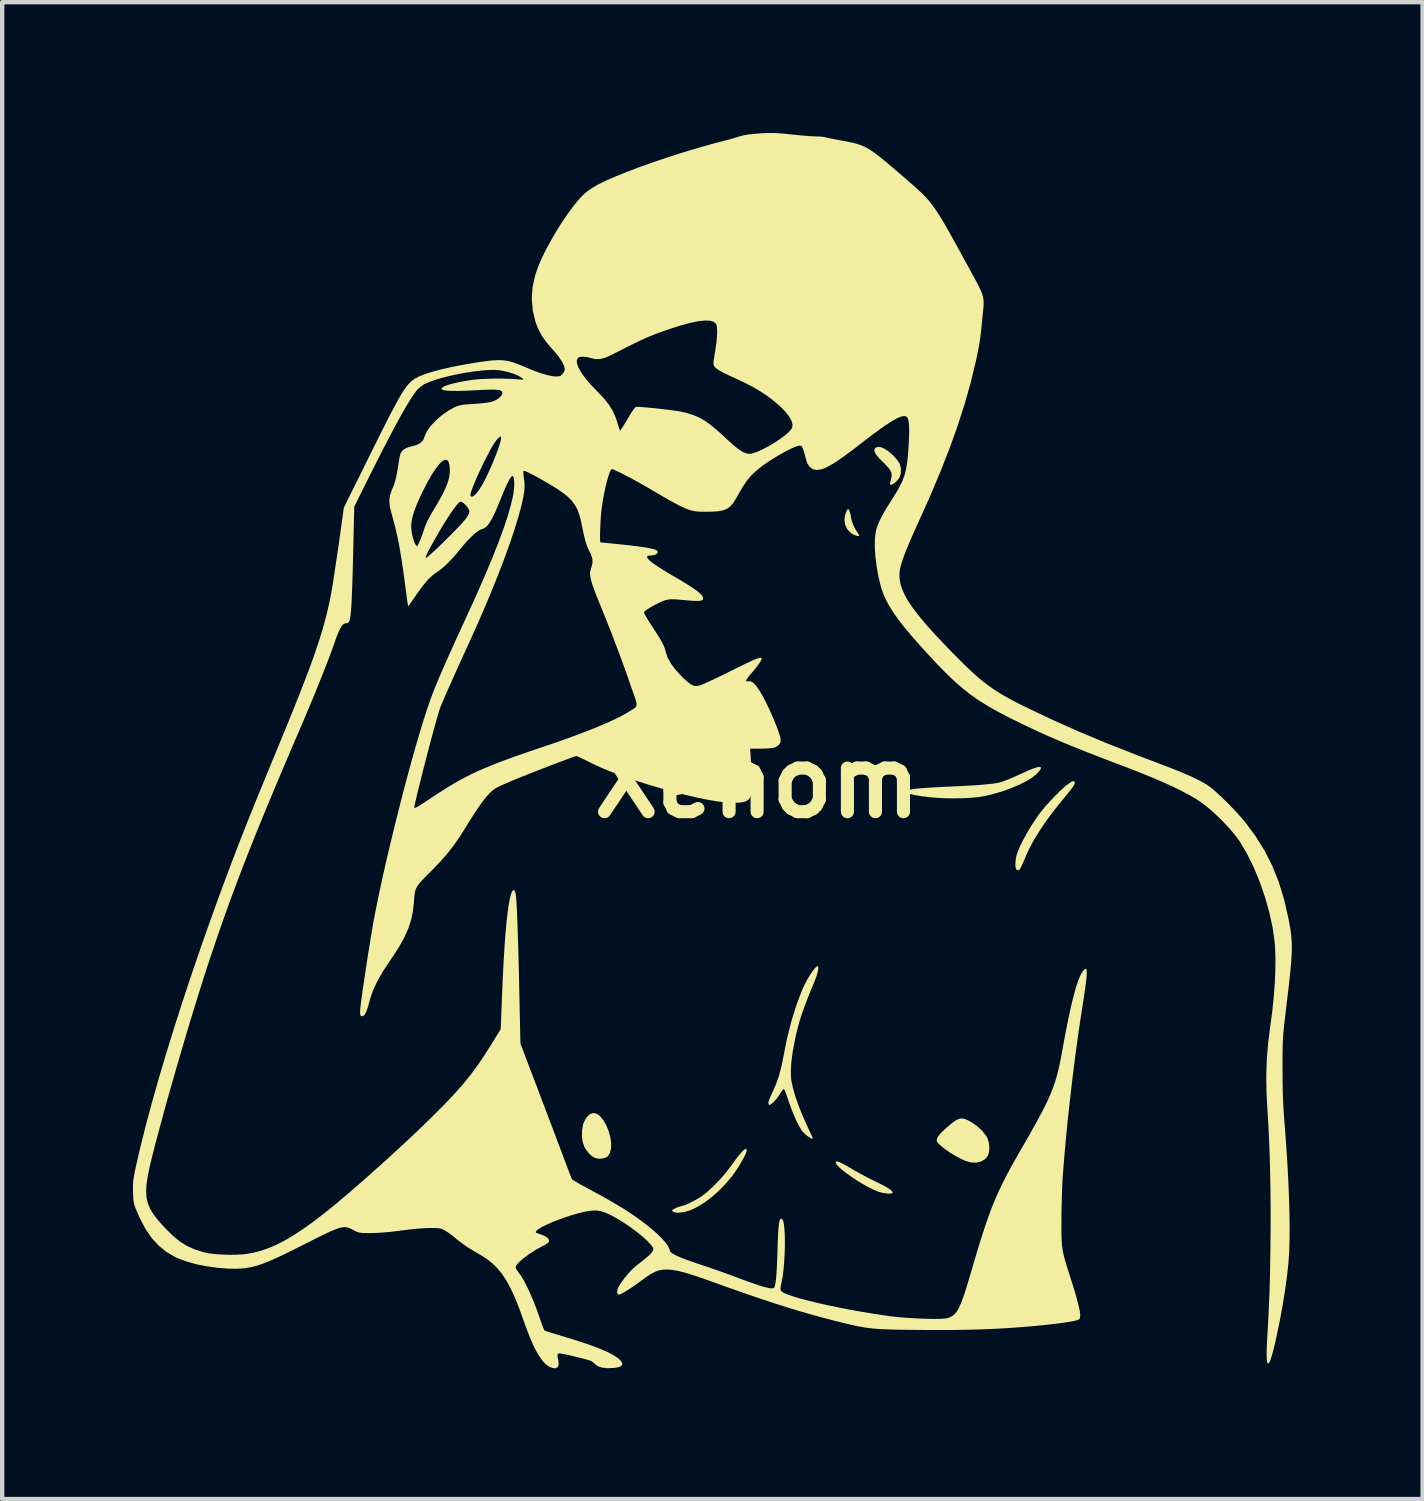
<source format=kicad_pcb>
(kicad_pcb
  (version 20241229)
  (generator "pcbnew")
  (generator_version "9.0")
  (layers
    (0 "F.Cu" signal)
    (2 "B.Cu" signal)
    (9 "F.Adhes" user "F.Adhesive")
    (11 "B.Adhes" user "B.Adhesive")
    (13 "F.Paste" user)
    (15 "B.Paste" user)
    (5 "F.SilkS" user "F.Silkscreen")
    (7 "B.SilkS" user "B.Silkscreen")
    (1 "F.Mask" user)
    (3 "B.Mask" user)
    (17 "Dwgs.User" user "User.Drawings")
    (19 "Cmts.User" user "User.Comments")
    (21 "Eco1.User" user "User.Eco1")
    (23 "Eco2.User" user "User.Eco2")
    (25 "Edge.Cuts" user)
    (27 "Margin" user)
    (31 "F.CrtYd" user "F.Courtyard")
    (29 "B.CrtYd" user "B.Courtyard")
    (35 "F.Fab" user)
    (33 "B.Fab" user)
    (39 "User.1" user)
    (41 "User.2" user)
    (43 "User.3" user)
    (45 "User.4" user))
  (footprint "Xenom"
    (layer "F.Cu")
    (at 14.317 14.89)
    (property "Reference" "Xenom" (at 0 0 0) (layer "F.SilkS") (effects (font (size 1.5 1.5) (thickness 0.3))))
    (attr board_only exclude_from_pos_files exclude_from_bom)
    (fp_poly (pts (xy 2.106 -6.246) (xy 2.124 -6.202) (xy 2.141 -6.146) (xy 2.151 -6.094) (xy 2.152 -6.078) (xy 2.162 -6.026) (xy 2.186 -5.952) (xy 2.22 -5.87) (xy 2.257 -5.795) (xy 2.29 -5.742) (xy 2.323 -5.695) (xy 2.342 -5.664) (xy 2.344 -5.659) (xy 2.327 -5.645) (xy 2.285 -5.649) (xy 2.23 -5.668) (xy 2.172 -5.699) (xy 2.159 -5.708) (xy 2.07 -5.797) (xy 2.018 -5.906) (xy 2.003 -6.017) (xy 2.01 -6.083) (xy 2.027 -6.154) (xy 2.051 -6.215) (xy 2.076 -6.256) (xy 2.091 -6.265)) (stroke (width 0) (type solid)) (fill yes) (layer "F.SilkS"))
    (fp_poly (pts (xy -3.684 7.605) (xy -3.605 7.66) (xy -3.527 7.756) (xy -3.465 7.864) (xy -3.405 8.008) (xy -3.366 8.15) (xy -3.348 8.286) (xy -3.352 8.407) (xy -3.377 8.508) (xy -3.424 8.582) (xy -3.453 8.604) (xy -3.526 8.631) (xy -3.616 8.64) (xy -3.702 8.628) (xy -3.702 8.628) (xy -3.783 8.586) (xy -3.864 8.511) (xy -3.936 8.414) (xy -3.966 8.361) (xy -4.002 8.251) (xy -4.019 8.119) (xy -4.015 7.982) (xy -3.992 7.855) (xy -3.97 7.794) (xy -3.906 7.684) (xy -3.836 7.617) (xy -3.761 7.59)) (stroke (width 0) (type solid)) (fill yes) (layer "F.SilkS"))
    (fp_poly (pts (xy 1.872 8.712) (xy 1.936 8.739) (xy 2.026 8.787) (xy 2.146 8.856) (xy 2.193 8.885) (xy 2.296 8.944) (xy 2.423 9.013) (xy 2.559 9.085) (xy 2.689 9.15) (xy 2.713 9.161) (xy 2.863 9.235) (xy 2.974 9.296) (xy 3.051 9.346) (xy 3.096 9.386) (xy 3.111 9.418) (xy 3.111 9.419) (xy 3.092 9.434) (xy 3.042 9.44) (xy 2.972 9.436) (xy 2.891 9.424) (xy 2.81 9.405) (xy 2.759 9.388) (xy 2.648 9.339) (xy 2.527 9.278) (xy 2.402 9.207) (xy 2.277 9.13) (xy 2.157 9.05) (xy 2.047 8.971) (xy 1.951 8.896) (xy 1.876 8.829) (xy 1.824 8.773) (xy 1.802 8.731) (xy 1.806 8.712) (xy 1.83 8.703)) (stroke (width 0) (type solid)) (fill yes) (layer "F.SilkS"))
    (fp_poly (pts (xy 2.826 -7.686) (xy 2.912 -7.652) (xy 3.008 -7.591) (xy 3.109 -7.505) (xy 3.126 -7.488) (xy 3.188 -7.421) (xy 3.239 -7.354) (xy 3.271 -7.301) (xy 3.272 -7.299) (xy 3.299 -7.19) (xy 3.296 -7.079) (xy 3.262 -6.982) (xy 3.259 -6.976) (xy 3.216 -6.92) (xy 3.166 -6.872) (xy 3.116 -6.837) (xy 3.075 -6.82) (xy 3.051 -6.826) (xy 3.047 -6.84) (xy 3.052 -6.872) (xy 3.065 -6.928) (xy 3.072 -6.953) (xy 3.086 -7.023) (xy 3.083 -7.084) (xy 3.06 -7.144) (xy 3.013 -7.21) (xy 2.938 -7.29) (xy 2.887 -7.34) (xy 2.79 -7.439) (xy 2.726 -7.518) (xy 2.693 -7.581) (xy 2.69 -7.63) (xy 2.706 -7.661) (xy 2.756 -7.689)) (stroke (width 0) (type solid)) (fill yes) (layer "F.SilkS"))
    (fp_poly (pts (xy 4.752 7.724) (xy 4.827 7.754) (xy 4.898 7.792) (xy 5.037 7.884) (xy 5.157 7.992) (xy 5.248 8.107) (xy 5.28 8.163) (xy 5.313 8.26) (xy 5.327 8.37) (xy 5.322 8.476) (xy 5.297 8.562) (xy 5.296 8.565) (xy 5.23 8.648) (xy 5.138 8.703) (xy 5.027 8.729) (xy 4.902 8.724) (xy 4.773 8.687) (xy 4.767 8.685) (xy 4.654 8.631) (xy 4.536 8.567) (xy 4.421 8.496) (xy 4.316 8.423) (xy 4.227 8.354) (xy 4.161 8.293) (xy 4.125 8.245) (xy 4.121 8.234) (xy 4.123 8.185) (xy 4.153 8.125) (xy 4.213 8.052) (xy 4.307 7.962) (xy 4.351 7.923) (xy 4.461 7.83) (xy 4.548 7.766) (xy 4.621 7.728) (xy 4.686 7.715)) (stroke (width 0) (type solid)) (fill yes) (layer "F.SilkS"))
    (fp_poly (pts (xy -0.24 8.426) (xy -0.238 8.455) (xy -0.256 8.51) (xy -0.295 8.594) (xy -0.318 8.639) (xy -0.431 8.835) (xy -0.563 9.024) (xy -0.71 9.201) (xy -0.867 9.365) (xy -1.03 9.511) (xy -1.197 9.637) (xy -1.362 9.74) (xy -1.521 9.817) (xy -1.671 9.864) (xy -1.808 9.878) (xy -1.884 9.869) (xy -1.938 9.85) (xy -1.95 9.825) (xy -1.92 9.796) (xy -1.848 9.763) (xy -1.844 9.761) (xy -1.776 9.737) (xy -1.724 9.721) (xy -1.703 9.717) (xy -1.664 9.707) (xy -1.598 9.679) (xy -1.516 9.639) (xy -1.426 9.592) (xy -1.34 9.543) (xy -1.276 9.502) (xy -1.156 9.411) (xy -1.024 9.291) (xy -0.886 9.151) (xy -0.751 9) (xy -0.628 8.845) (xy -0.588 8.79) (xy -0.485 8.648) (xy -0.402 8.542) (xy -0.338 8.469) (xy -0.291 8.428) (xy -0.262 8.417)) (stroke (width 0) (type solid)) (fill yes) (layer "F.SilkS"))
    (fp_poly (pts (xy 7.286 -0.003) (xy 7.288 0.013) (xy 7.283 0.037) (xy 7.267 0.071) (xy 7.236 0.119) (xy 7.187 0.184) (xy 7.118 0.271) (xy 7.025 0.384) (xy 6.99 0.426) (xy 6.803 0.66) (xy 6.629 0.895) (xy 6.475 1.124) (xy 6.342 1.342) (xy 6.235 1.542) (xy 6.185 1.651) (xy 6.13 1.782) (xy 6.088 1.878) (xy 6.056 1.945) (xy 6.033 1.988) (xy 6.014 2.013) (xy 5.998 2.023) (xy 5.986 2.024) (xy 5.948 2.007) (xy 5.937 1.991) (xy 5.925 1.923) (xy 5.926 1.832) (xy 5.939 1.731) (xy 5.963 1.639) (xy 6.025 1.486) (xy 6.111 1.311) (xy 6.215 1.124) (xy 6.332 0.935) (xy 6.456 0.753) (xy 6.518 0.671) (xy 6.571 0.606) (xy 6.645 0.521) (xy 6.73 0.427) (xy 6.816 0.336) (xy 6.818 0.334) (xy 6.946 0.206) (xy 7.056 0.106) (xy 7.146 0.034) (xy 7.216 -0.009) (xy 7.263 -0.022)) (stroke (width 0) (type solid)) (fill yes) (layer "F.SilkS"))
    (fp_poly (pts (xy 6.513 -0.334) (xy 6.504 -0.297) (xy 6.459 -0.237) (xy 6.41 -0.186) (xy 6.31 -0.104) (xy 6.174 -0.02) (xy 6.009 0.062) (xy 5.822 0.141) (xy 5.619 0.214) (xy 5.407 0.276) (xy 5.237 0.317) (xy 5.091 0.342) (xy 4.912 0.36) (xy 4.712 0.37) (xy 4.501 0.374) (xy 4.289 0.37) (xy 4.135 0.361) (xy 3.946 0.345) (xy 3.78 0.325) (xy 3.64 0.302) (xy 3.53 0.278) (xy 3.453 0.252) (xy 3.414 0.226) (xy 3.409 0.214) (xy 3.427 0.195) (xy 3.481 0.178) (xy 3.572 0.161) (xy 3.701 0.146) (xy 3.869 0.133) (xy 4.078 0.12) (xy 4.328 0.107) (xy 4.356 0.106) (xy 4.638 0.093) (xy 4.88 0.08) (xy 5.084 0.067) (xy 5.253 0.053) (xy 5.391 0.038) (xy 5.499 0.022) (xy 5.562 0.01) (xy 5.628 -0.011) (xy 5.723 -0.046) (xy 5.836 -0.093) (xy 5.957 -0.146) (xy 6.033 -0.181) (xy 6.198 -0.257) (xy 6.329 -0.31) (xy 6.425 -0.341) (xy 6.487 -0.349)) (stroke (width 0) (type solid)) (fill yes) (layer "F.SilkS"))
    (fp_poly (pts (xy 1.404 4.238) (xy 1.403 4.287) (xy 1.388 4.361) (xy 1.362 4.45) (xy 1.326 4.547) (xy 1.321 4.561) (xy 1.225 4.794) (xy 1.145 4.995) (xy 1.078 5.173) (xy 1.022 5.333) (xy 0.974 5.483) (xy 0.933 5.631) (xy 0.896 5.783) (xy 0.862 5.94) (xy 0.815 6.196) (xy 0.785 6.426) (xy 0.773 6.628) (xy 0.779 6.797) (xy 0.786 6.856) (xy 0.823 7.023) (xy 0.88 7.217) (xy 0.955 7.431) (xy 1.045 7.655) (xy 1.118 7.82) (xy 1.167 7.927) (xy 1.211 8.022) (xy 1.245 8.096) (xy 1.266 8.143) (xy 1.272 8.156) (xy 1.273 8.18) (xy 1.244 8.175) (xy 1.188 8.143) (xy 1.157 8.121) (xy 1.094 8.069) (xy 1.039 8.012) (xy 1.025 7.994) (xy 0.965 7.897) (xy 0.9 7.767) (xy 0.833 7.614) (xy 0.768 7.447) (xy 0.725 7.325) (xy 0.691 7.224) (xy 0.66 7.138) (xy 0.634 7.075) (xy 0.618 7.044) (xy 0.616 7.042) (xy 0.596 7.052) (xy 0.564 7.09) (xy 0.538 7.132) (xy 0.493 7.202) (xy 0.438 7.272) (xy 0.382 7.334) (xy 0.331 7.381) (xy 0.292 7.405) (xy 0.278 7.405) (xy 0.26 7.383) (xy 0.259 7.345) (xy 0.277 7.285) (xy 0.314 7.198) (xy 0.343 7.137) (xy 0.431 6.938) (xy 0.502 6.735) (xy 0.56 6.516) (xy 0.608 6.273) (xy 0.686 5.88) (xy 0.783 5.497) (xy 0.895 5.133) (xy 1.02 4.8) (xy 1.033 4.768) (xy 1.087 4.651) (xy 1.147 4.536) (xy 1.21 4.43) (xy 1.271 4.339) (xy 1.325 4.27) (xy 1.369 4.228) (xy 1.392 4.219)) (stroke (width 0) (type solid)) (fill yes) (layer "F.SilkS"))
    (fp_poly (pts (xy 0.412 -14.888) (xy 0.514 -14.882) (xy 0.634 -14.872) (xy 0.782 -14.857) (xy 0.927 -14.842) (xy 1.05 -14.83) (xy 1.171 -14.82) (xy 1.279 -14.813) (xy 1.358 -14.81) (xy 1.366 -14.81) (xy 1.45 -14.807) (xy 1.525 -14.799) (xy 1.568 -14.79) (xy 1.613 -14.779) (xy 1.69 -14.763) (xy 1.786 -14.744) (xy 1.886 -14.725) (xy 2.025 -14.7) (xy 2.145 -14.676) (xy 2.249 -14.651) (xy 2.343 -14.623) (xy 2.432 -14.589) (xy 2.519 -14.546) (xy 2.609 -14.492) (xy 2.707 -14.424) (xy 2.817 -14.339) (xy 2.944 -14.236) (xy 3.092 -14.111) (xy 3.266 -13.962) (xy 3.348 -13.892) (xy 3.479 -13.778) (xy 3.594 -13.678) (xy 3.695 -13.587) (xy 3.785 -13.502) (xy 3.866 -13.419) (xy 3.941 -13.334) (xy 4.013 -13.244) (xy 4.085 -13.145) (xy 4.159 -13.033) (xy 4.239 -12.905) (xy 4.326 -12.756) (xy 4.424 -12.584) (xy 4.535 -12.384) (xy 4.662 -12.152) (xy 4.748 -11.994) (xy 4.857 -11.797) (xy 4.947 -11.633) (xy 5.021 -11.497) (xy 5.079 -11.385) (xy 5.124 -11.291) (xy 5.157 -11.212) (xy 5.179 -11.142) (xy 5.191 -11.076) (xy 5.196 -11.01) (xy 5.195 -10.939) (xy 5.189 -10.858) (xy 5.179 -10.762) (xy 5.168 -10.647) (xy 5.167 -10.644) (xy 5.149 -10.457) (xy 5.132 -10.301) (xy 5.115 -10.166) (xy 5.095 -10.039) (xy 5.071 -9.911) (xy 5.042 -9.769) (xy 5.016 -9.646) (xy 4.902 -9.175) (xy 4.766 -8.691) (xy 4.606 -8.191) (xy 4.421 -7.673) (xy 4.21 -7.134) (xy 3.973 -6.569) (xy 3.712 -5.988) (xy 3.598 -5.736) (xy 3.503 -5.52) (xy 3.425 -5.334) (xy 3.365 -5.177) (xy 3.319 -5.045) (xy 3.288 -4.934) (xy 3.27 -4.843) (xy 3.265 -4.794) (xy 3.267 -4.678) (xy 3.286 -4.558) (xy 3.324 -4.432) (xy 3.384 -4.298) (xy 3.465 -4.153) (xy 3.571 -3.996) (xy 3.703 -3.823) (xy 3.861 -3.632) (xy 4.049 -3.422) (xy 4.267 -3.189) (xy 4.464 -2.986) (xy 4.661 -2.786) (xy 4.836 -2.615) (xy 4.995 -2.467) (xy 5.145 -2.338) (xy 5.292 -2.224) (xy 5.44 -2.119) (xy 5.597 -2.02) (xy 5.769 -1.922) (xy 5.961 -1.821) (xy 6.168 -1.717) (xy 6.754 -1.438) (xy 7.381 -1.159) (xy 8.048 -0.88) (xy 8.752 -0.603) (xy 9.08 -0.479) (xy 9.348 -0.377) (xy 9.579 -0.287) (xy 9.776 -0.207) (xy 9.944 -0.134) (xy 10.086 -0.067) (xy 10.204 -0.005) (xy 10.305 0.053) (xy 10.374 0.1) (xy 10.454 0.163) (xy 10.555 0.252) (xy 10.67 0.359) (xy 10.792 0.479) (xy 10.914 0.604) (xy 11.029 0.727) (xy 11.131 0.842) (xy 11.193 0.916) (xy 11.436 1.244) (xy 11.644 1.579) (xy 11.82 1.928) (xy 11.967 2.295) (xy 12.087 2.688) (xy 12.177 3.079) (xy 12.204 3.214) (xy 12.226 3.336) (xy 12.243 3.45) (xy 12.255 3.559) (xy 12.263 3.669) (xy 12.266 3.784) (xy 12.264 3.909) (xy 12.256 4.049) (xy 12.244 4.208) (xy 12.227 4.39) (xy 12.204 4.6) (xy 12.176 4.844) (xy 12.142 5.125) (xy 12.141 5.135) (xy 12.117 5.333) (xy 12.098 5.497) (xy 12.083 5.636) (xy 12.072 5.756) (xy 12.063 5.867) (xy 12.058 5.977) (xy 12.055 6.095) (xy 12.053 6.227) (xy 12.052 6.384) (xy 12.052 6.563) (xy 12.053 6.831) (xy 12.057 7.068) (xy 12.064 7.287) (xy 12.075 7.501) (xy 12.09 7.721) (xy 12.099 7.831) (xy 12.133 8.28) (xy 12.161 8.712) (xy 12.184 9.124) (xy 12.2 9.513) (xy 12.211 9.876) (xy 12.215 10.209) (xy 12.213 10.51) (xy 12.205 10.776) (xy 12.19 11.002) (xy 12.19 11.006) (xy 12.157 11.315) (xy 12.111 11.653) (xy 12.053 12.01) (xy 11.986 12.375) (xy 11.91 12.739) (xy 11.881 12.868) (xy 11.837 13.047) (xy 11.799 13.183) (xy 11.766 13.278) (xy 11.738 13.33) (xy 11.716 13.34) (xy 11.7 13.308) (xy 11.69 13.235) (xy 11.687 13.12) (xy 11.69 12.963) (xy 11.699 12.789) (xy 11.714 12.529) (xy 11.727 12.297) (xy 11.737 12.084) (xy 11.746 11.882) (xy 11.754 11.684) (xy 11.76 11.48) (xy 11.765 11.263) (xy 11.769 11.023) (xy 11.774 10.753) (xy 11.775 10.612) (xy 11.779 10.199) (xy 11.779 9.782) (xy 11.775 9.369) (xy 11.768 8.964) (xy 11.758 8.575) (xy 11.744 8.209) (xy 11.728 7.872) (xy 11.709 7.571) (xy 11.709 7.567) (xy 11.685 7.144) (xy 11.679 6.748) (xy 11.691 6.366) (xy 11.722 5.986) (xy 11.771 5.597) (xy 11.773 5.583) (xy 11.816 5.266) (xy 11.849 4.948) (xy 11.873 4.638) (xy 11.887 4.342) (xy 11.89 4.067) (xy 11.883 3.821) (xy 11.871 3.663) (xy 11.823 3.328) (xy 11.747 2.981) (xy 11.647 2.629) (xy 11.527 2.282) (xy 11.389 1.95) (xy 11.236 1.641) (xy 11.072 1.364) (xy 11.066 1.355) (xy 10.969 1.223) (xy 10.846 1.076) (xy 10.704 0.923) (xy 10.553 0.773) (xy 10.401 0.635) (xy 10.256 0.517) (xy 10.199 0.474) (xy 10.063 0.384) (xy 9.906 0.292) (xy 9.725 0.197) (xy 9.519 0.096) (xy 9.284 -0.01) (xy 9.016 -0.123) (xy 8.715 -0.245) (xy 8.376 -0.376) (xy 8.246 -0.425) (xy 7.897 -0.558) (xy 7.582 -0.681) (xy 7.296 -0.795) (xy 7.032 -0.903) (xy 6.785 -1.009) (xy 6.548 -1.113) (xy 6.317 -1.22) (xy 6.084 -1.33) (xy 6.062 -1.341) (xy 5.776 -1.482) (xy 5.523 -1.614) (xy 5.298 -1.742) (xy 5.094 -1.869) (xy 4.904 -2.001) (xy 4.723 -2.143) (xy 4.543 -2.298) (xy 4.359 -2.473) (xy 4.164 -2.671) (xy 3.956 -2.892) (xy 3.735 -3.135) (xy 3.543 -3.353) (xy 3.379 -3.55) (xy 3.24 -3.728) (xy 3.125 -3.892) (xy 3.03 -4.044) (xy 2.953 -4.187) (xy 2.892 -4.326) (xy 2.845 -4.462) (xy 2.836 -4.496) (xy 2.784 -4.709) (xy 2.743 -4.938) (xy 2.714 -5.166) (xy 2.7 -5.377) (xy 2.699 -5.444) (xy 2.702 -5.57) (xy 2.712 -5.682) (xy 2.733 -5.788) (xy 2.766 -5.894) (xy 2.814 -6.007) (xy 2.88 -6.134) (xy 2.965 -6.28) (xy 3.074 -6.453) (xy 3.093 -6.483) (xy 3.192 -6.642) (xy 3.271 -6.78) (xy 3.333 -6.907) (xy 3.379 -7.032) (xy 3.414 -7.164) (xy 3.439 -7.31) (xy 3.458 -7.48) (xy 3.473 -7.683) (xy 3.475 -7.714) (xy 3.485 -7.906) (xy 3.488 -8.061) (xy 3.485 -8.181) (xy 3.476 -8.271) (xy 3.46 -8.335) (xy 3.45 -8.357) (xy 3.42 -8.388) (xy 3.371 -8.397) (xy 3.304 -8.384) (xy 3.216 -8.348) (xy 3.105 -8.287) (xy 2.97 -8.201) (xy 2.808 -8.088) (xy 2.619 -7.949) (xy 2.401 -7.781) (xy 2.397 -7.778) (xy 2.192 -7.62) (xy 2.016 -7.489) (xy 1.865 -7.383) (xy 1.736 -7.3) (xy 1.627 -7.238) (xy 1.533 -7.195) (xy 1.452 -7.17) (xy 1.381 -7.16) (xy 1.367 -7.16) (xy 1.274 -7.179) (xy 1.199 -7.236) (xy 1.146 -7.326) (xy 1.13 -7.375) (xy 1.096 -7.503) (xy 1.069 -7.596) (xy 1.047 -7.658) (xy 1.028 -7.696) (xy 1.014 -7.712) (xy 0.974 -7.719) (xy 0.902 -7.701) (xy 0.8 -7.659) (xy 0.671 -7.595) (xy 0.516 -7.509) (xy 0.511 -7.506) (xy 0.301 -7.378) (xy 0.125 -7.258) (xy -0.02 -7.141) (xy -0.142 -7.024) (xy -0.244 -6.902) (xy -0.332 -6.769) (xy -0.343 -6.75) (xy -0.395 -6.659) (xy -0.45 -6.565) (xy -0.496 -6.486) (xy -0.499 -6.481) (xy -0.558 -6.389) (xy -0.62 -6.319) (xy -0.692 -6.268) (xy -0.781 -6.234) (xy -0.892 -6.213) (xy -1.034 -6.203) (xy -1.178 -6.201) (xy -1.266 -6.202) (xy -1.343 -6.205) (xy -1.415 -6.212) (xy -1.486 -6.225) (xy -1.559 -6.246) (xy -1.639 -6.275) (xy -1.73 -6.316) (xy -1.836 -6.37) (xy -1.961 -6.438) (xy -2.11 -6.522) (xy -2.285 -6.624) (xy -2.492 -6.746) (xy -2.546 -6.777) (xy -2.653 -6.838) (xy -2.769 -6.903) (xy -2.89 -6.968) (xy -3.008 -7.03) (xy -3.117 -7.086) (xy -3.21 -7.131) (xy -3.281 -7.164) (xy -3.324 -7.18) (xy -3.331 -7.181) (xy -3.354 -7.161) (xy -3.382 -7.104) (xy -3.412 -7.016) (xy -3.445 -6.903) (xy -3.477 -6.769) (xy -3.509 -6.62) (xy -3.538 -6.462) (xy -3.563 -6.3) (xy -3.568 -6.258) (xy -3.578 -6.171) (xy -3.586 -6.067) (xy -3.593 -5.953) (xy -3.598 -5.837) (xy -3.602 -5.727) (xy -3.603 -5.63) (xy -3.602 -5.555) (xy -3.598 -5.509) (xy -3.593 -5.498) (xy -3.571 -5.496) (xy -3.512 -5.49) (xy -3.424 -5.482) (xy -3.313 -5.471) (xy -3.185 -5.458) (xy -3.151 -5.455) (xy -2.937 -5.432) (xy -2.748 -5.409) (xy -2.588 -5.386) (xy -2.461 -5.364) (xy -2.369 -5.343) (xy -2.319 -5.325) (xy -2.283 -5.292) (xy -2.284 -5.258) (xy -2.316 -5.227) (xy -2.374 -5.206) (xy -2.437 -5.199) (xy -2.498 -5.193) (xy -2.525 -5.173) (xy -2.518 -5.139) (xy -2.475 -5.09) (xy -2.396 -5.026) (xy -2.281 -4.947) (xy -2.129 -4.85) (xy -1.938 -4.736) (xy -1.931 -4.732) (xy -1.741 -4.62) (xy -1.586 -4.525) (xy -1.463 -4.445) (xy -1.37 -4.379) (xy -1.304 -4.323) (xy -1.262 -4.277) (xy -1.241 -4.237) (xy -1.239 -4.202) (xy -1.243 -4.188) (xy -1.261 -4.17) (xy -1.303 -4.16) (xy -1.371 -4.155) (xy -1.47 -4.158) (xy -1.604 -4.168) (xy -1.737 -4.18) (xy -1.852 -4.19) (xy -1.935 -4.194) (xy -1.999 -4.193) (xy -2.054 -4.185) (xy -2.11 -4.17) (xy -2.181 -4.144) (xy -2.266 -4.105) (xy -2.356 -4.059) (xy -2.443 -4.01) (xy -2.517 -3.964) (xy -2.571 -3.924) (xy -2.595 -3.897) (xy -2.595 -3.895) (xy -2.586 -3.867) (xy -2.557 -3.811) (xy -2.511 -3.733) (xy -2.453 -3.64) (xy -2.409 -3.573) (xy -2.311 -3.422) (xy -2.235 -3.301) (xy -2.179 -3.202) (xy -2.139 -3.122) (xy -2.113 -3.055) (xy -2.098 -2.995) (xy -2.098 -2.993) (xy -2.056 -2.863) (xy -1.978 -2.721) (xy -1.866 -2.571) (xy -1.723 -2.416) (xy -1.679 -2.374) (xy -1.586 -2.291) (xy -1.512 -2.237) (xy -1.448 -2.209) (xy -1.385 -2.204) (xy -1.315 -2.218) (xy -1.284 -2.227) (xy -1.234 -2.248) (xy -1.153 -2.284) (xy -1.045 -2.334) (xy -0.919 -2.394) (xy -0.78 -2.462) (xy -0.634 -2.534) (xy -0.632 -2.535) (xy -0.44 -2.63) (xy -0.283 -2.707) (xy -0.158 -2.766) (xy -0.061 -2.808) (xy 0.011 -2.836) (xy 0.06 -2.85) (xy 0.09 -2.852) (xy 0.1 -2.847) (xy 0.102 -2.816) (xy 0.073 -2.758) (xy 0.016 -2.676) (xy -0.068 -2.571) (xy -0.107 -2.525) (xy -0.185 -2.433) (xy -0.232 -2.369) (xy -0.252 -2.329) (xy -0.245 -2.311) (xy -0.212 -2.312) (xy -0.204 -2.313) (xy -0.147 -2.313) (xy -0.088 -2.28) (xy -0.024 -2.212) (xy 0.049 -2.106) (xy 0.052 -2.102) (xy 0.126 -1.976) (xy 0.203 -1.829) (xy 0.28 -1.669) (xy 0.354 -1.504) (xy 0.421 -1.344) (xy 0.477 -1.197) (xy 0.519 -1.071) (xy 0.539 -0.987) (xy 0.534 -0.911) (xy 0.492 -0.846) (xy 0.418 -0.799) (xy 0.388 -0.789) (xy 0.334 -0.78) (xy 0.25 -0.773) (xy 0.149 -0.768) (xy 0.074 -0.767) (xy -0.16 -0.767) (xy -0.133 -0.346) (xy -0.121 -0.138) (xy -0.115 0.032) (xy -0.118 0.168) (xy -0.132 0.272) (xy -0.158 0.35) (xy -0.2 0.405) (xy -0.258 0.441) (xy -0.335 0.462) (xy -0.434 0.472) (xy -0.555 0.474) (xy -0.574 0.474) (xy -0.731 0.465) (xy -0.922 0.441) (xy -1.142 0.404) (xy -1.384 0.354) (xy -1.644 0.293) (xy -1.916 0.224) (xy -2.195 0.147) (xy -2.475 0.064) (xy -2.751 -0.024) (xy -3.017 -0.114) (xy -3.269 -0.206) (xy -3.5 -0.298) (xy -3.706 -0.389) (xy -3.813 -0.441) (xy -3.918 -0.494) (xy -4.012 -0.539) (xy -4.086 -0.573) (xy -4.133 -0.593) (xy -4.147 -0.597) (xy -4.176 -0.589) (xy -4.239 -0.568) (xy -4.331 -0.534) (xy -4.448 -0.491) (xy -4.583 -0.44) (xy -4.731 -0.384) (xy -4.888 -0.323) (xy -5.047 -0.261) (xy -5.205 -0.199) (xy -5.355 -0.139) (xy -5.492 -0.084) (xy -5.612 -0.035) (xy -5.657 -0.016) (xy -5.789 0.041) (xy -5.889 0.086) (xy -5.964 0.123) (xy -6.021 0.157) (xy -6.068 0.192) (xy -6.112 0.232) (xy -6.137 0.256) (xy -6.218 0.346) (xy -6.31 0.463) (xy -6.413 0.609) (xy -6.53 0.787) (xy -6.663 1.001) (xy -6.685 1.037) (xy -6.826 1.26) (xy -6.963 1.457) (xy -7.106 1.64) (xy -7.263 1.82) (xy -7.445 2.01) (xy -7.491 2.056) (xy -7.604 2.169) (xy -7.691 2.258) (xy -7.755 2.332) (xy -7.8 2.396) (xy -7.83 2.458) (xy -7.85 2.525) (xy -7.861 2.604) (xy -7.869 2.702) (xy -7.873 2.765) (xy -7.895 2.964) (xy -7.935 3.156) (xy -7.996 3.345) (xy -8.081 3.539) (xy -8.192 3.744) (xy -8.332 3.966) (xy -8.415 4.088) (xy -8.581 4.339) (xy -8.713 4.569) (xy -8.812 4.783) (xy -8.881 4.984) (xy -8.893 5.029) (xy -8.931 5.17) (xy -8.967 5.272) (xy -9.002 5.336) (xy -9.038 5.367) (xy -9.054 5.37) (xy -9.084 5.364) (xy -9.101 5.342) (xy -9.108 5.297) (xy -9.105 5.223) (xy -9.096 5.136) (xy -9.084 5.034) (xy -9.065 4.898) (xy -9.042 4.732) (xy -9.014 4.546) (xy -8.984 4.345) (xy -8.952 4.136) (xy -8.92 3.926) (xy -8.887 3.723) (xy -8.856 3.532) (xy -8.828 3.361) (xy -8.803 3.216) (xy -8.787 3.132) (xy -8.726 2.82) (xy -8.656 2.484) (xy -8.579 2.129) (xy -8.495 1.759) (xy -8.405 1.381) (xy -8.312 0.997) (xy -8.216 0.613) (xy -8.208 0.58) (xy -7.863 0.58) (xy -7.86 0.591) (xy -7.847 0.592) (xy -7.822 0.582) (xy -7.779 0.559) (xy -7.716 0.52) (xy -7.628 0.464) (xy -7.512 0.387) (xy -7.402 0.314) (xy -7.21 0.189) (xy -7.026 0.075) (xy -6.846 -0.03) (xy -6.664 -0.127) (xy -6.474 -0.22) (xy -6.273 -0.31) (xy -6.054 -0.4) (xy -5.813 -0.493) (xy -5.545 -0.591) (xy -5.244 -0.695) (xy -5.029 -0.768) (xy -4.617 -0.908) (xy -4.246 -1.04) (xy -3.917 -1.164) (xy -3.629 -1.279) (xy -3.381 -1.386) (xy -3.174 -1.484) (xy -3.007 -1.575) (xy -2.985 -1.588) (xy -2.898 -1.64) (xy -2.834 -1.679) (xy -2.791 -1.712) (xy -2.769 -1.748) (xy -2.765 -1.793) (xy -2.777 -1.855) (xy -2.804 -1.94) (xy -2.844 -2.056) (xy -2.865 -2.115) (xy -3.006 -2.52) (xy -3.157 -2.934) (xy -3.32 -3.364) (xy -3.5 -3.819) (xy -3.671 -4.24) (xy -3.717 -4.356) (xy -3.759 -4.471) (xy -3.792 -4.573) (xy -3.814 -4.65) (xy -3.817 -4.663) (xy -3.831 -4.743) (xy -3.833 -4.801) (xy -3.822 -4.857) (xy -3.808 -4.9) (xy -3.777 -5.019) (xy -3.778 -5.123) (xy -3.812 -5.227) (xy -3.834 -5.269) (xy -3.874 -5.348) (xy -3.909 -5.435) (xy -3.941 -5.537) (xy -3.972 -5.662) (xy -4.006 -5.82) (xy -4.017 -5.876) (xy -4.048 -6.023) (xy -4.084 -6.15) (xy -4.127 -6.262) (xy -4.182 -6.362) (xy -4.252 -6.454) (xy -4.341 -6.544) (xy -4.452 -6.633) (xy -4.589 -6.728) (xy -4.757 -6.831) (xy -4.958 -6.947) (xy -5.029 -6.987) (xy -5.141 -7.048) (xy -5.235 -7.096) (xy -5.305 -7.128) (xy -5.347 -7.141) (xy -5.355 -7.14) (xy -5.362 -7.11) (xy -5.359 -7.047) (xy -5.349 -6.968) (xy -5.336 -6.869) (xy -5.334 -6.772) (xy -5.342 -6.666) (xy -5.363 -6.541) (xy -5.396 -6.388) (xy -5.405 -6.35) (xy -5.474 -6.091) (xy -5.564 -5.798) (xy -5.672 -5.476) (xy -5.798 -5.127) (xy -5.941 -4.755) (xy -6.098 -4.363) (xy -6.27 -3.955) (xy -6.454 -3.534) (xy -6.619 -3.169) (xy -6.733 -2.92) (xy -6.842 -2.682) (xy -6.943 -2.457) (xy -7.035 -2.251) (xy -7.116 -2.067) (xy -7.184 -1.91) (xy -7.238 -1.785) (xy -7.268 -1.71) (xy -7.287 -1.656) (xy -7.314 -1.567) (xy -7.348 -1.448) (xy -7.388 -1.305) (xy -7.433 -1.143) (xy -7.481 -0.965) (xy -7.53 -0.778) (xy -7.581 -0.585) (xy -7.631 -0.392) (xy -7.679 -0.203) (xy -7.724 -0.024) (xy -7.765 0.141) (xy -7.801 0.287) (xy -7.829 0.409) (xy -7.85 0.503) (xy -7.861 0.563) (xy -7.863 0.58) (xy -8.208 0.58) (xy -8.119 0.234) (xy -8.021 -0.136) (xy -7.923 -0.493) (xy -7.828 -0.83) (xy -7.736 -1.145) (xy -7.648 -1.432) (xy -7.566 -1.686) (xy -7.492 -1.899) (xy -7.45 -2.013) (xy -7.401 -2.138) (xy -7.344 -2.277) (xy -7.279 -2.432) (xy -7.202 -2.609) (xy -7.114 -2.808) (xy -7.013 -3.034) (xy -6.898 -3.289) (xy -6.766 -3.576) (xy -6.63 -3.873) (xy -6.42 -4.334) (xy -6.234 -4.76) (xy -6.07 -5.151) (xy -5.93 -5.506) (xy -5.813 -5.826) (xy -5.718 -6.11) (xy -5.647 -6.36) (xy -5.598 -6.574) (xy -5.591 -6.611) (xy -5.577 -6.724) (xy -5.571 -6.831) (xy -5.574 -6.922) (xy -5.586 -6.989) (xy -5.605 -7.022) (xy -5.631 -7.014) (xy -5.668 -6.965) (xy -5.716 -6.877) (xy -5.775 -6.75) (xy -5.845 -6.586) (xy -5.867 -6.531) (xy -5.947 -6.335) (xy -6.017 -6.175) (xy -6.078 -6.049) (xy -6.134 -5.954) (xy -6.185 -5.885) (xy -6.234 -5.839) (xy -6.283 -5.813) (xy -6.304 -5.807) (xy -6.375 -5.776) (xy -6.464 -5.711) (xy -6.569 -5.615) (xy -6.687 -5.491) (xy -6.814 -5.341) (xy -6.85 -5.295) (xy -6.956 -5.169) (xy -7.069 -5.049) (xy -7.179 -4.944) (xy -7.28 -4.861) (xy -7.333 -4.824) (xy -7.438 -4.749) (xy -7.545 -4.649) (xy -7.656 -4.519) (xy -7.777 -4.356) (xy -7.838 -4.267) (xy -7.897 -4.18) (xy -7.947 -4.108) (xy -7.984 -4.058) (xy -8.003 -4.035) (xy -8.005 -4.034) (xy -8.01 -4.057) (xy -8.019 -4.115) (xy -8.032 -4.205) (xy -8.047 -4.318) (xy -8.065 -4.45) (xy -8.076 -4.541) (xy -8.12 -4.866) (xy -8.163 -5.151) (xy -7.607 -5.151) (xy -7.596 -5.145) (xy -7.562 -5.165) (xy -7.505 -5.212) (xy -7.422 -5.286) (xy -7.313 -5.389) (xy -7.177 -5.521) (xy -7.093 -5.604) (xy -6.95 -5.748) (xy -6.836 -5.866) (xy -6.747 -5.963) (xy -6.682 -6.041) (xy -6.638 -6.104) (xy -6.612 -6.156) (xy -6.601 -6.199) (xy -6.6 -6.213) (xy -6.615 -6.26) (xy -6.653 -6.318) (xy -6.704 -6.374) (xy -6.756 -6.417) (xy -6.799 -6.435) (xy -6.8 -6.435) (xy -6.834 -6.417) (xy -6.886 -6.362) (xy -6.954 -6.274) (xy -7.038 -6.153) (xy -7.135 -6.003) (xy -7.232 -5.847) (xy -7.305 -5.723) (xy -7.377 -5.598) (xy -7.445 -5.478) (xy -7.505 -5.367) (xy -7.554 -5.273) (xy -7.589 -5.201) (xy -7.606 -5.158) (xy -7.607 -5.151) (xy -8.163 -5.151) (xy -8.164 -5.154) (xy -8.208 -5.413) (xy -8.255 -5.648) (xy -8.304 -5.86) (xy -7.935 -5.86) (xy -7.929 -5.772) (xy -7.913 -5.677) (xy -7.89 -5.585) (xy -7.863 -5.504) (xy -7.834 -5.444) (xy -7.807 -5.414) (xy -7.8 -5.412) (xy -7.784 -5.431) (xy -7.758 -5.48) (xy -7.728 -5.551) (xy -7.717 -5.578) (xy -7.682 -5.673) (xy -7.648 -5.771) (xy -7.622 -5.852) (xy -7.62 -5.857) (xy -7.596 -5.918) (xy -7.555 -6.005) (xy -7.501 -6.106) (xy -7.441 -6.211) (xy -7.429 -6.23) (xy -7.314 -6.424) (xy -7.232 -6.572) (xy -6.576 -6.572) (xy -6.553 -6.545) (xy -6.517 -6.553) (xy -6.464 -6.597) (xy -6.444 -6.617) (xy -6.382 -6.696) (xy -6.31 -6.811) (xy -6.233 -6.955) (xy -6.151 -7.124) (xy -6.069 -7.311) (xy -6.064 -7.325) (xy -5.988 -7.513) (xy -5.931 -7.667) (xy -5.893 -7.786) (xy -5.873 -7.869) (xy -5.872 -7.917) (xy -5.89 -7.928) (xy -5.927 -7.901) (xy -5.983 -7.838) (xy -5.998 -7.818) (xy -6.046 -7.747) (xy -6.103 -7.651) (xy -6.166 -7.535) (xy -6.233 -7.406) (xy -6.301 -7.268) (xy -6.367 -7.128) (xy -6.429 -6.992) (xy -6.483 -6.865) (xy -6.527 -6.753) (xy -6.559 -6.663) (xy -6.576 -6.599) (xy -6.576 -6.572) (xy -7.232 -6.572) (xy -7.223 -6.588) (xy -7.153 -6.73) (xy -7.103 -6.852) (xy -7.07 -6.962) (xy -7.053 -7.063) (xy -7.048 -7.151) (xy -7.056 -7.269) (xy -7.078 -7.349) (xy -7.114 -7.39) (xy -7.162 -7.394) (xy -7.222 -7.36) (xy -7.293 -7.291) (xy -7.374 -7.187) (xy -7.465 -7.049) (xy -7.563 -6.877) (xy -7.669 -6.672) (xy -7.711 -6.584) (xy -7.8 -6.387) (xy -7.865 -6.218) (xy -7.908 -6.071) (xy -7.931 -5.942) (xy -7.935 -5.86) (xy -8.304 -5.86) (xy -8.305 -5.864) (xy -8.36 -6.07) (xy -8.385 -6.155) (xy -8.424 -6.318) (xy -8.437 -6.456) (xy -8.422 -6.578) (xy -8.387 -6.678) (xy -8.338 -6.797) (xy -8.298 -6.921) (xy -8.266 -7.061) (xy -8.237 -7.23) (xy -8.234 -7.253) (xy -8.218 -7.353) (xy -8.203 -7.441) (xy -8.189 -7.507) (xy -8.181 -7.536) (xy -8.13 -7.612) (xy -8.042 -7.667) (xy -7.95 -7.694) (xy -7.817 -7.731) (xy -7.723 -7.778) (xy -7.665 -7.838) (xy -7.651 -7.867) (xy -7.611 -7.969) (xy -7.572 -8.047) (xy -7.525 -8.118) (xy -7.462 -8.197) (xy -7.35 -8.313) (xy -7.214 -8.428) (xy -7.068 -8.529) (xy -6.937 -8.6) (xy -6.881 -8.624) (xy -6.826 -8.64) (xy -6.76 -8.653) (xy -6.675 -8.662) (xy -6.561 -8.671) (xy -6.502 -8.674) (xy -6.381 -8.683) (xy -6.264 -8.695) (xy -6.164 -8.708) (xy -6.093 -8.722) (xy -6.079 -8.725) (xy -5.993 -8.762) (xy -5.919 -8.811) (xy -5.866 -8.867) (xy -5.843 -8.921) (xy -5.843 -8.936) (xy -5.854 -8.962) (xy -5.883 -8.982) (xy -5.934 -8.995) (xy -6.011 -9.002) (xy -6.118 -9.003) (xy -6.258 -8.998) (xy -6.425 -8.99) (xy -6.665 -8.978) (xy -6.864 -8.973) (xy -7.021 -8.974) (xy -7.136 -8.981) (xy -7.209 -8.994) (xy -7.24 -9.014) (xy -7.241 -9.017) (xy -7.225 -9.047) (xy -7.172 -9.08) (xy -7.083 -9.113) (xy -6.963 -9.146) (xy -6.816 -9.179) (xy -6.646 -9.209) (xy -6.51 -9.229) (xy -6.371 -9.242) (xy -6.203 -9.251) (xy -6.019 -9.256) (xy -5.831 -9.255) (xy -5.654 -9.249) (xy -5.54 -9.242) (xy -5.448 -9.234) (xy -5.391 -9.232) (xy -5.365 -9.235) (xy -5.363 -9.243) (xy -5.379 -9.259) (xy -5.38 -9.26) (xy -5.466 -9.315) (xy -5.583 -9.366) (xy -5.719 -9.408) (xy -5.834 -9.434) (xy -5.924 -9.448) (xy -6.005 -9.455) (xy -6.092 -9.455) (xy -6.197 -9.45) (xy -6.297 -9.442) (xy -6.508 -9.418) (xy -6.727 -9.384) (xy -6.944 -9.341) (xy -7.152 -9.293) (xy -7.342 -9.24) (xy -7.505 -9.184) (xy -7.632 -9.129) (xy -7.706 -9.081) (xy -7.779 -9.017) (xy -7.806 -8.988) (xy -7.874 -8.896) (xy -7.955 -8.774) (xy -8.049 -8.62) (xy -8.157 -8.432) (xy -8.279 -8.21) (xy -8.416 -7.952) (xy -8.568 -7.659) (xy -8.737 -7.328) (xy -8.891 -7.021) (xy -9.241 -6.318) (xy -9.266 -5.231) (xy -9.274 -4.921) (xy -9.282 -4.65) (xy -9.29 -4.418) (xy -9.298 -4.222) (xy -9.306 -4.059) (xy -9.316 -3.928) (xy -9.326 -3.827) (xy -9.337 -3.752) (xy -9.349 -3.702) (xy -9.356 -3.683) (xy -9.393 -3.652) (xy -9.427 -3.644) (xy -9.467 -3.635) (xy -9.505 -3.608) (xy -9.544 -3.557) (xy -9.585 -3.478) (xy -9.632 -3.369) (xy -9.685 -3.224) (xy -9.717 -3.132) (xy -9.764 -3) (xy -9.826 -2.835) (xy -9.9 -2.642) (xy -9.986 -2.426) (xy -10.079 -2.193) (xy -10.179 -1.949) (xy -10.283 -1.699) (xy -10.388 -1.449) (xy -10.484 -1.225) (xy -10.716 -0.685) (xy -10.931 -0.18) (xy -11.13 0.294) (xy -11.315 0.741) (xy -11.488 1.164) (xy -11.649 1.567) (xy -11.801 1.954) (xy -11.944 2.329) (xy -12.08 2.695) (xy -12.21 3.056) (xy -12.336 3.415) (xy -12.46 3.777) (xy -12.583 4.144) (xy -12.687 4.464) (xy -12.784 4.772) (xy -12.888 5.105) (xy -12.996 5.458) (xy -13.106 5.824) (xy -13.216 6.199) (xy -13.326 6.576) (xy -13.433 6.949) (xy -13.536 7.312) (xy -13.632 7.66) (xy -13.72 7.986) (xy -13.8 8.285) (xy -13.867 8.55) (xy -13.881 8.604) (xy -13.939 8.849) (xy -13.981 9.059) (xy -14.007 9.24) (xy -14.015 9.398) (xy -14.005 9.539) (xy -13.974 9.668) (xy -13.922 9.79) (xy -13.848 9.912) (xy -13.75 10.039) (xy -13.628 10.178) (xy -13.534 10.276) (xy -13.378 10.427) (xy -13.23 10.546) (xy -13.078 10.639) (xy -12.911 10.715) (xy -12.718 10.778) (xy -12.689 10.786) (xy -12.581 10.809) (xy -12.442 10.826) (xy -12.284 10.837) (xy -12.117 10.843) (xy -11.954 10.842) (xy -11.805 10.834) (xy -11.73 10.826) (xy -11.557 10.796) (xy -11.383 10.751) (xy -11.205 10.69) (xy -11.02 10.61) (xy -10.827 10.51) (xy -10.622 10.389) (xy -10.405 10.245) (xy -10.171 10.077) (xy -9.918 9.883) (xy -9.645 9.662) (xy -9.349 9.411) (xy -9.027 9.131) (xy -9.011 9.117) (xy -8.661 8.805) (xy -8.329 8.504) (xy -8.018 8.216) (xy -7.73 7.944) (xy -7.468 7.69) (xy -7.233 7.455) (xy -7.029 7.244) (xy -6.931 7.138) (xy -6.744 6.927) (xy -6.573 6.716) (xy -6.409 6.494) (xy -6.245 6.251) (xy -6.109 6.036) (xy -5.882 5.669) (xy -5.849 4.843) (xy -5.832 4.447) (xy -5.813 4.085) (xy -5.793 3.758) (xy -5.771 3.465) (xy -5.748 3.208) (xy -5.723 2.989) (xy -5.697 2.807) (xy -5.67 2.664) (xy -5.642 2.56) (xy -5.614 2.498) (xy -5.584 2.476) (xy -5.577 2.477) (xy -5.557 2.502) (xy -5.54 2.553) (xy -5.537 2.569) (xy -5.53 2.63) (xy -5.522 2.73) (xy -5.514 2.868) (xy -5.506 3.041) (xy -5.498 3.247) (xy -5.49 3.483) (xy -5.481 3.747) (xy -5.473 4.036) (xy -5.465 4.348) (xy -5.457 4.68) (xy -5.454 4.848) (xy -5.429 5.998) (xy -5.028 7.053) (xy -4.944 7.275) (xy -4.858 7.501) (xy -4.773 7.725) (xy -4.691 7.941) (xy -4.615 8.143) (xy -4.547 8.324) (xy -4.489 8.477) (xy -4.444 8.597) (xy -4.444 8.598) (xy -4.392 8.735) (xy -4.345 8.859) (xy -4.305 8.964) (xy -4.273 9.045) (xy -4.252 9.097) (xy -4.245 9.112) (xy -4.222 9.129) (xy -4.168 9.162) (xy -4.089 9.208) (xy -3.991 9.262) (xy -3.899 9.312) (xy -3.65 9.447) (xy -3.433 9.568) (xy -3.244 9.678) (xy -3.074 9.78) (xy -2.921 9.879) (xy -2.776 9.978) (xy -2.634 10.081) (xy -2.572 10.127) (xy -2.427 10.243) (xy -2.297 10.357) (xy -2.186 10.466) (xy -2.098 10.566) (xy -2.037 10.652) (xy -2.006 10.721) (xy -2.003 10.743) (xy -1.989 10.774) (xy -1.947 10.81) (xy -1.874 10.851) (xy -1.768 10.899) (xy -1.627 10.954) (xy -1.448 11.018) (xy -1.301 11.067) (xy -1.144 11.12) (xy -0.98 11.177) (xy -0.82 11.232) (xy -0.676 11.284) (xy -0.558 11.327) (xy -0.533 11.337) (xy -0.301 11.424) (xy -0.107 11.494) (xy 0.053 11.548) (xy 0.18 11.585) (xy 0.275 11.607) (xy 0.342 11.614) (xy 0.381 11.606) (xy 0.392 11.596) (xy 0.408 11.555) (xy 0.422 11.485) (xy 0.435 11.385) (xy 0.446 11.252) (xy 0.455 11.084) (xy 0.463 10.876) (xy 0.468 10.74) (xy 0.474 10.537) (xy 0.481 10.374) (xy 0.489 10.246) (xy 0.499 10.151) (xy 0.51 10.083) (xy 0.523 10.041) (xy 0.539 10.019) (xy 0.553 10.015) (xy 0.579 10.028) (xy 0.599 10.068) (xy 0.615 10.139) (xy 0.626 10.245) (xy 0.634 10.39) (xy 0.635 10.432) (xy 0.637 10.616) (xy 0.632 10.809) (xy 0.621 11.001) (xy 0.606 11.182) (xy 0.586 11.34) (xy 0.564 11.46) (xy 0.543 11.555) (xy 0.535 11.619) (xy 0.543 11.661) (xy 0.567 11.69) (xy 0.609 11.715) (xy 0.618 11.72) (xy 0.71 11.759) (xy 0.84 11.803) (xy 1.003 11.851) (xy 1.193 11.9) (xy 1.407 11.952) (xy 1.639 12.004) (xy 1.884 12.055) (xy 2.138 12.104) (xy 2.396 12.15) (xy 2.653 12.193) (xy 2.905 12.231) (xy 3.078 12.255) (xy 3.222 12.271) (xy 3.382 12.285) (xy 3.55 12.296) (xy 3.72 12.305) (xy 3.885 12.311) (xy 4.037 12.314) (xy 4.17 12.313) (xy 4.276 12.308) (xy 4.349 12.3) (xy 4.362 12.297) (xy 4.424 12.276) (xy 4.48 12.247) (xy 4.53 12.205) (xy 4.577 12.148) (xy 4.623 12.072) (xy 4.669 11.972) (xy 4.718 11.846) (xy 4.771 11.69) (xy 4.83 11.499) (xy 4.898 11.271) (xy 4.901 11.262) (xy 4.997 10.934) (xy 5.084 10.643) (xy 5.166 10.383) (xy 5.243 10.149) (xy 5.317 9.936) (xy 5.392 9.738) (xy 5.469 9.551) (xy 5.549 9.37) (xy 5.636 9.189) (xy 5.732 9.003) (xy 5.837 8.807) (xy 5.955 8.597) (xy 6.088 8.366) (xy 6.241 8.101) (xy 6.373 7.866) (xy 6.486 7.658) (xy 6.583 7.472) (xy 6.666 7.303) (xy 6.735 7.147) (xy 6.793 6.997) (xy 6.843 6.851) (xy 6.886 6.702) (xy 6.924 6.546) (xy 6.959 6.379) (xy 6.994 6.195) (xy 6.998 6.169) (xy 7.067 5.793) (xy 7.133 5.459) (xy 7.196 5.167) (xy 7.257 4.917) (xy 7.314 4.709) (xy 7.37 4.542) (xy 7.423 4.417) (xy 7.473 4.333) (xy 7.521 4.289) (xy 7.547 4.283) (xy 7.559 4.304) (xy 7.562 4.364) (xy 7.557 4.464) (xy 7.543 4.6) (xy 7.52 4.773) (xy 7.489 4.979) (xy 7.473 5.082) (xy 7.412 5.473) (xy 7.351 5.893) (xy 7.291 6.335) (xy 7.234 6.789) (xy 7.181 7.247) (xy 7.131 7.701) (xy 7.087 8.142) (xy 7.049 8.562) (xy 7.018 8.951) (xy 7.008 9.088) (xy 7.001 9.221) (xy 6.994 9.385) (xy 6.989 9.568) (xy 6.984 9.759) (xy 6.981 9.946) (xy 6.981 10.047) (xy 6.98 10.235) (xy 6.982 10.388) (xy 6.986 10.517) (xy 6.994 10.629) (xy 7.008 10.733) (xy 7.029 10.838) (xy 7.059 10.952) (xy 7.098 11.085) (xy 7.148 11.244) (xy 7.184 11.356) (xy 7.262 11.605) (xy 7.324 11.816) (xy 7.369 11.988) (xy 7.399 12.121) (xy 7.411 12.216) (xy 7.411 12.25) (xy 7.404 12.296) (xy 7.387 12.323) (xy 7.346 12.341) (xy 7.298 12.354) (xy 7.212 12.372) (xy 7.091 12.392) (xy 6.941 12.413) (xy 6.768 12.434) (xy 6.581 12.455) (xy 6.385 12.475) (xy 6.188 12.492) (xy 6.137 12.496) (xy 5.809 12.52) (xy 5.49 12.539) (xy 5.172 12.553) (xy 4.847 12.562) (xy 4.506 12.568) (xy 4.139 12.569) (xy 3.74 12.567) (xy 3.718 12.567) (xy 3.465 12.564) (xy 3.249 12.561) (xy 3.064 12.557) (xy 2.904 12.551) (xy 2.764 12.543) (xy 2.637 12.532) (xy 2.518 12.518) (xy 2.402 12.499) (xy 2.281 12.476) (xy 2.151 12.447) (xy 2.006 12.413) (xy 1.839 12.371) (xy 1.793 12.36) (xy 1.467 12.275) (xy 1.136 12.183) (xy 0.794 12.081) (xy 0.436 11.969) (xy 0.058 11.844) (xy -0.347 11.705) (xy -0.783 11.551) (xy -0.985 11.478) (xy -1.213 11.396) (xy -1.407 11.33) (xy -1.571 11.277) (xy -1.709 11.238) (xy -1.827 11.21) (xy -1.93 11.192) (xy -2.021 11.183) (xy -2.067 11.182) (xy -2.167 11.185) (xy -2.257 11.201) (xy -2.345 11.234) (xy -2.441 11.286) (xy -2.554 11.361) (xy -2.619 11.409) (xy -2.752 11.505) (xy -2.874 11.59) (xy -2.983 11.661) (xy -3.071 11.714) (xy -3.136 11.747) (xy -3.173 11.758) (xy -3.174 11.758) (xy -3.205 11.733) (xy -3.212 11.682) (xy -3.193 11.611) (xy -3.177 11.574) (xy -3.124 11.488) (xy -3.049 11.387) (xy -2.962 11.282) (xy -2.872 11.184) (xy -2.789 11.107) (xy -2.769 11.091) (xy -2.646 10.995) (xy -2.552 10.92) (xy -2.485 10.862) (xy -2.439 10.817) (xy -2.409 10.781) (xy -2.398 10.762) (xy -2.381 10.722) (xy -2.383 10.69) (xy -2.408 10.649) (xy -2.425 10.627) (xy -2.506 10.536) (xy -2.618 10.433) (xy -2.752 10.324) (xy -2.901 10.213) (xy -3.056 10.108) (xy -3.211 10.013) (xy -3.355 9.934) (xy -3.483 9.876) (xy -3.488 9.874) (xy -3.586 9.843) (xy -3.677 9.827) (xy -3.774 9.828) (xy -3.891 9.844) (xy -3.959 9.857) (xy -4.1 9.89) (xy -4.253 9.934) (xy -4.41 9.985) (xy -4.566 10.042) (xy -4.712 10.1) (xy -4.842 10.159) (xy -4.95 10.213) (xy -5.027 10.262) (xy -5.058 10.289) (xy -5.079 10.316) (xy -5.075 10.333) (xy -5.038 10.349) (xy -5.014 10.357) (xy -4.896 10.401) (xy -4.818 10.445) (xy -4.779 10.49) (xy -4.773 10.516) (xy -4.779 10.546) (xy -4.802 10.574) (xy -4.85 10.605) (xy -4.928 10.646) (xy -5.051 10.713) (xy -5.171 10.788) (xy -5.284 10.866) (xy -5.383 10.943) (xy -5.463 11.014) (xy -5.517 11.075) (xy -5.54 11.122) (xy -5.54 11.127) (xy -5.527 11.167) (xy -5.493 11.222) (xy -5.464 11.258) (xy -5.407 11.336) (xy -5.342 11.449) (xy -5.271 11.589) (xy -5.196 11.751) (xy -5.122 11.927) (xy -5.051 12.112) (xy -5.016 12.21) (xy -4.976 12.325) (xy -4.94 12.427) (xy -4.91 12.507) (xy -4.889 12.559) (xy -4.881 12.577) (xy -4.858 12.587) (xy -4.799 12.608) (xy -4.713 12.635) (xy -4.605 12.668) (xy -4.482 12.705) (xy -4.464 12.711) (xy -4.147 12.807) (xy -3.873 12.898) (xy -3.64 12.984) (xy -3.449 13.065) (xy -3.299 13.142) (xy -3.191 13.214) (xy -3.17 13.231) (xy -3.109 13.296) (xy -3.089 13.349) (xy -3.109 13.389) (xy -3.171 13.419) (xy -3.273 13.438) (xy -3.276 13.438) (xy -3.429 13.445) (xy -3.556 13.431) (xy -3.654 13.399) (xy -3.705 13.361) (xy -3.754 13.315) (xy -3.8 13.282) (xy -3.805 13.28) (xy -3.844 13.265) (xy -3.915 13.245) (xy -4.009 13.22) (xy -4.117 13.193) (xy -4.229 13.166) (xy -4.336 13.141) (xy -4.428 13.122) (xy -4.497 13.109) (xy -4.531 13.105) (xy -4.563 13.11) (xy -4.578 13.132) (xy -4.578 13.177) (xy -4.563 13.253) (xy -4.559 13.271) (xy -4.551 13.359) (xy -4.573 13.418) (xy -4.622 13.446) (xy -4.696 13.44) (xy -4.763 13.414) (xy -4.851 13.352) (xy -4.939 13.254) (xy -5.029 13.119) (xy -5.121 12.945) (xy -5.215 12.732) (xy -5.312 12.478) (xy -5.35 12.37) (xy -5.452 12.085) (xy -5.551 11.838) (xy -5.648 11.625) (xy -5.747 11.442) (xy -5.849 11.285) (xy -5.959 11.151) (xy -6.078 11.034) (xy -6.21 10.932) (xy -6.356 10.839) (xy -6.404 10.812) (xy -6.648 10.666) (xy -6.86 10.511) (xy -6.918 10.462) (xy -6.997 10.398) (xy -7.082 10.335) (xy -7.151 10.291) (xy -7.202 10.264) (xy -7.246 10.245) (xy -7.295 10.235) (xy -7.36 10.23) (xy -7.453 10.228) (xy -7.501 10.228) (xy -7.63 10.232) (xy -7.789 10.244) (xy -7.967 10.262) (xy -8.149 10.285) (xy -8.432 10.32) (xy -8.685 10.339) (xy -8.843 10.344) (xy -8.959 10.344) (xy -9.043 10.343) (xy -9.103 10.337) (xy -9.149 10.327) (xy -9.192 10.311) (xy -9.241 10.286) (xy -9.259 10.276) (xy -9.313 10.248) (xy -9.363 10.226) (xy -9.412 10.213) (xy -9.464 10.208) (xy -9.523 10.214) (xy -9.593 10.231) (xy -9.679 10.262) (xy -9.783 10.305) (xy -9.91 10.364) (xy -10.063 10.439) (xy -10.248 10.532) (xy -10.426 10.622) (xy -10.67 10.744) (xy -10.881 10.848) (xy -11.064 10.933) (xy -11.225 11.002) (xy -11.367 11.057) (xy -11.495 11.099) (xy -11.615 11.128) (xy -11.73 11.148) (xy -11.847 11.159) (xy -11.968 11.163) (xy -12.1 11.161) (xy -12.124 11.16) (xy -12.368 11.143) (xy -12.613 11.109) (xy -12.851 11.062) (xy -13.072 11.002) (xy -13.266 10.932) (xy -13.35 10.894) (xy -13.552 10.775) (xy -13.731 10.629) (xy -13.892 10.452) (xy -14.035 10.242) (xy -14.164 9.994) (xy -14.204 9.904) (xy -14.248 9.801) (xy -14.277 9.724) (xy -14.295 9.658) (xy -14.306 9.59) (xy -14.312 9.507) (xy -14.315 9.408) (xy -14.317 9.305) (xy -14.316 9.22) (xy -14.31 9.139) (xy -14.297 9.052) (xy -14.277 8.948) (xy -14.249 8.813) (xy -14.248 8.809) (xy -14.143 8.355) (xy -14.02 7.866) (xy -13.88 7.346) (xy -13.725 6.798) (xy -13.555 6.226) (xy -13.372 5.634) (xy -13.176 5.024) (xy -12.97 4.402) (xy -12.753 3.769) (xy -12.527 3.13) (xy -12.294 2.488) (xy -12.054 1.846) (xy -11.938 1.545) (xy -11.886 1.408) (xy -11.835 1.278) (xy -11.785 1.15) (xy -11.734 1.022) (xy -11.681 0.888) (xy -11.625 0.746) (xy -11.562 0.593) (xy -11.494 0.423) (xy -11.417 0.234) (xy -11.33 0.023) (xy -11.232 -0.215) (xy -11.122 -0.484) (xy -10.997 -0.786) (xy -10.926 -0.959) (xy -10.764 -1.352) (xy -10.619 -1.71) (xy -10.49 -2.036) (xy -10.374 -2.333) (xy -10.272 -2.604) (xy -10.181 -2.853) (xy -10.102 -3.082) (xy -10.032 -3.296) (xy -9.97 -3.497) (xy -9.916 -3.689) (xy -9.868 -3.875) (xy -9.826 -4.059) (xy -9.787 -4.243) (xy -9.773 -4.315) (xy -9.758 -4.399) (xy -9.738 -4.519) (xy -9.715 -4.668) (xy -9.688 -4.84) (xy -9.66 -5.027) (xy -9.631 -5.223) (xy -9.602 -5.422) (xy -9.599 -5.444) (xy -9.479 -6.297) (xy -8.906 -7.453) (xy -8.762 -7.744) (xy -8.635 -7.999) (xy -8.523 -8.221) (xy -8.426 -8.412) (xy -8.34 -8.576) (xy -8.266 -8.714) (xy -8.201 -8.83) (xy -8.144 -8.926) (xy -8.093 -9.005) (xy -8.046 -9.07) (xy -8.003 -9.122) (xy -7.962 -9.165) (xy -7.921 -9.202) (xy -7.879 -9.235) (xy -7.872 -9.24) (xy -7.771 -9.297) (xy -7.629 -9.355) (xy -7.45 -9.413) (xy -7.235 -9.47) (xy -6.987 -9.526) (xy -6.708 -9.579) (xy -6.446 -9.623) (xy -6.25 -9.652) (xy -6.087 -9.671) (xy -5.948 -9.679) (xy -5.826 -9.675) (xy -5.711 -9.658) (xy -5.595 -9.627) (xy -5.469 -9.582) (xy -5.326 -9.522) (xy -5.294 -9.508) (xy -5.118 -9.435) (xy -4.952 -9.376) (xy -4.805 -9.334) (xy -4.683 -9.31) (xy -4.627 -9.305) (xy -4.556 -9.306) (xy -4.511 -9.318) (xy -4.475 -9.347) (xy -4.462 -9.362) (xy -4.427 -9.414) (xy -4.411 -9.463) (xy -4.411 -9.468) (xy -4.428 -9.547) (xy -4.477 -9.647) (xy -4.497 -9.677) (xy -4.136 -9.677) (xy -4.13 -9.598) (xy -4.094 -9.5) (xy -4.027 -9.384) (xy -3.933 -9.254) (xy -3.812 -9.112) (xy -3.675 -8.971) (xy -3.525 -8.814) (xy -3.407 -8.668) (xy -3.317 -8.524) (xy -3.247 -8.372) (xy -3.2 -8.228) (xy -3.177 -8.152) (xy -3.159 -8.093) (xy -3.147 -8.062) (xy -3.146 -8.061) (xy -3.132 -8.075) (xy -3.101 -8.119) (xy -3.057 -8.189) (xy -3.003 -8.277) (xy -2.972 -8.33) (xy -2.903 -8.445) (xy -2.85 -8.527) (xy -2.81 -8.579) (xy -2.781 -8.604) (xy -2.766 -8.609) (xy -2.696 -8.606) (xy -2.592 -8.598) (xy -2.465 -8.587) (xy -2.324 -8.573) (xy -2.179 -8.557) (xy -2.039 -8.54) (xy -1.914 -8.524) (xy -1.813 -8.509) (xy -1.76 -8.5) (xy -1.605 -8.464) (xy -1.467 -8.421) (xy -1.338 -8.366) (xy -1.213 -8.296) (xy -1.083 -8.206) (xy -0.943 -8.092) (xy -0.785 -7.95) (xy -0.73 -7.898) (xy -0.591 -7.772) (xy -0.477 -7.675) (xy -0.381 -7.605) (xy -0.299 -7.559) (xy -0.228 -7.535) (xy -0.163 -7.53) (xy -0.139 -7.532) (xy -0.079 -7.548) (xy 0.002 -7.577) (xy 0.092 -7.616) (xy 0.117 -7.628) (xy 0.262 -7.703) (xy 0.402 -7.786) (xy 0.531 -7.872) (xy 0.643 -7.956) (xy 0.73 -8.033) (xy 0.787 -8.099) (xy 0.798 -8.116) (xy 0.813 -8.192) (xy 0.792 -8.283) (xy 0.734 -8.387) (xy 0.643 -8.503) (xy 0.518 -8.628) (xy 0.363 -8.76) (xy 0.35 -8.77) (xy 0.206 -8.877) (xy 0.057 -8.974) (xy -0.106 -9.069) (xy -0.294 -9.165) (xy -0.477 -9.251) (xy -0.637 -9.325) (xy -0.762 -9.385) (xy -0.856 -9.435) (xy -0.923 -9.478) (xy -0.967 -9.518) (xy -0.992 -9.557) (xy -1.002 -9.599) (xy -1 -9.648) (xy -0.994 -9.691) (xy -0.985 -9.748) (xy -0.972 -9.832) (xy -0.956 -9.929) (xy -0.949 -9.972) (xy -0.931 -10.107) (xy -0.92 -10.235) (xy -0.917 -10.349) (xy -0.922 -10.439) (xy -0.934 -10.498) (xy -0.937 -10.504) (xy -0.988 -10.555) (xy -1.075 -10.583) (xy -1.197 -10.588) (xy -1.353 -10.571) (xy -1.544 -10.532) (xy -1.769 -10.47) (xy -2.016 -10.39) (xy -2.145 -10.345) (xy -2.26 -10.305) (xy -2.364 -10.265) (xy -2.465 -10.224) (xy -2.569 -10.18) (xy -2.68 -10.129) (xy -2.805 -10.069) (xy -2.95 -9.997) (xy -3.12 -9.911) (xy -3.322 -9.809) (xy -3.348 -9.795) (xy -3.485 -9.734) (xy -3.603 -9.704) (xy -3.711 -9.703) (xy -3.806 -9.725) (xy -3.897 -9.748) (xy -3.985 -9.758) (xy -4.059 -9.754) (xy -4.106 -9.736) (xy -4.108 -9.734) (xy -4.136 -9.677) (xy -4.497 -9.677) (xy -4.553 -9.761) (xy -4.655 -9.885) (xy -4.692 -9.925) (xy -4.833 -10.089) (xy -4.943 -10.245) (xy -5.025 -10.402) (xy -5.082 -10.552) (xy -5.146 -10.817) (xy -5.169 -11.083) (xy -5.151 -11.35) (xy -5.092 -11.622) (xy -5.014 -11.846) (xy -4.932 -12.035) (xy -4.831 -12.237) (xy -4.716 -12.447) (xy -4.592 -12.658) (xy -4.462 -12.863) (xy -4.33 -13.055) (xy -4.202 -13.228) (xy -4.081 -13.374) (xy -3.971 -13.488) (xy -3.968 -13.491) (xy -3.882 -13.561) (xy -3.771 -13.636) (xy -3.651 -13.705) (xy -3.632 -13.716) (xy -3.459 -13.8) (xy -3.25 -13.891) (xy -3.01 -13.988) (xy -2.746 -14.089) (xy -2.463 -14.191) (xy -2.166 -14.293) (xy -1.861 -14.393) (xy -1.555 -14.488) (xy -1.251 -14.577) (xy -0.957 -14.659) (xy -0.746 -14.713) (xy -0.638 -14.741) (xy -0.532 -14.771) (xy -0.443 -14.799) (xy -0.405 -14.812) (xy -0.311 -14.837) (xy -0.18 -14.858) (xy -0.008 -14.874) (xy 0.021 -14.877) (xy 0.133 -14.884) (xy 0.23 -14.889) (xy 0.32 -14.89)) (stroke (width 0) (type solid)) (fill yes) (layer "F.SilkS")))
  (gr_rect
    (start -3 -3)
    (end 29.583 31.336)
    (stroke (width 0.1) (type default))
    (fill no)
    (layer "Edge.Cuts")))
</source>
